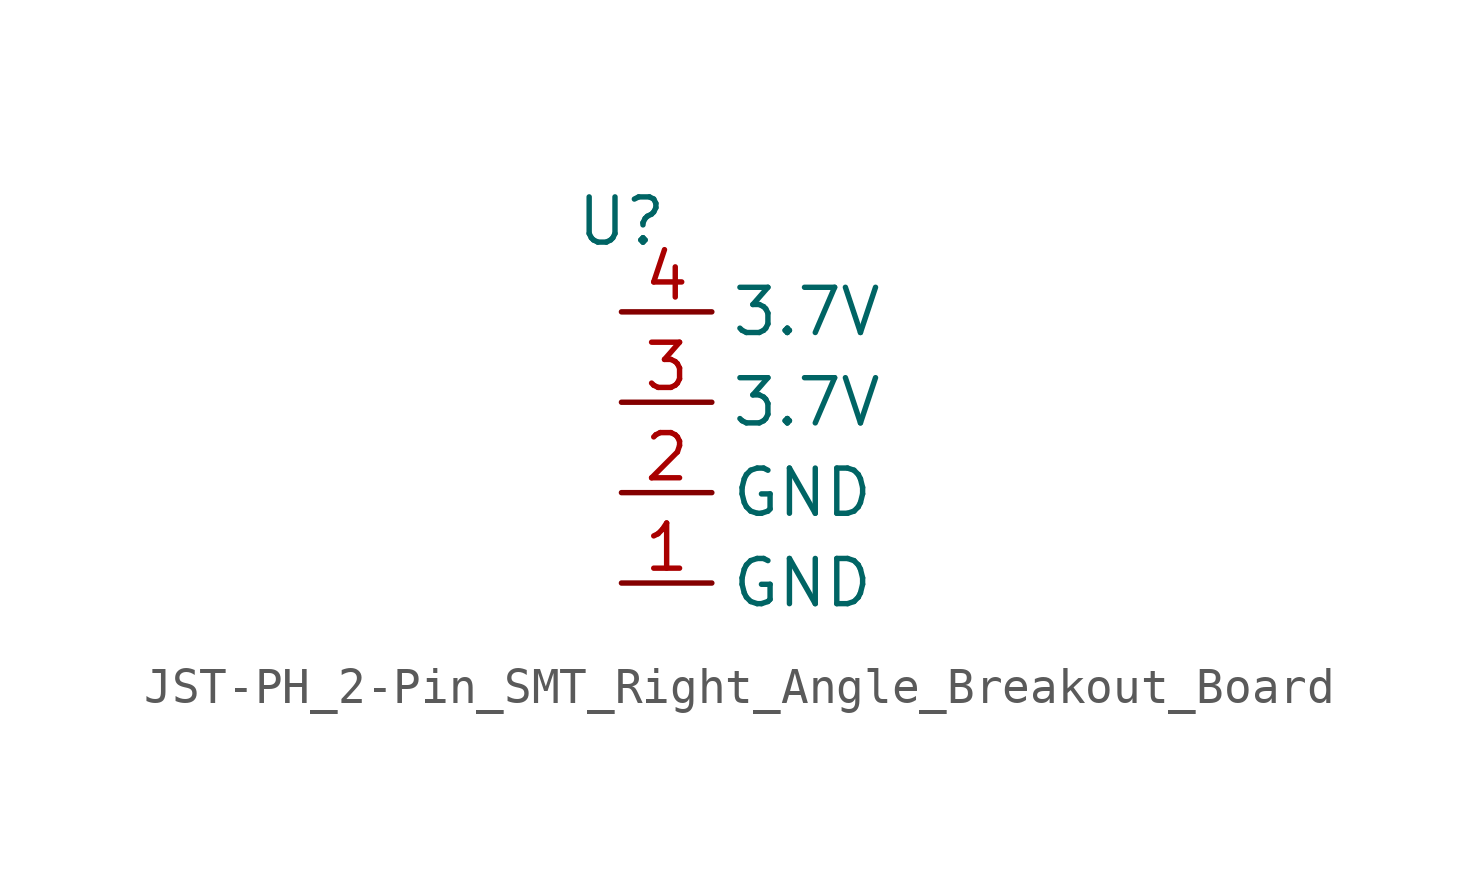
<source format=kicad_sym>
(kicad_symbol_lib
  (version 20241209)
  (generator "kicad_symbol_editor")
  (generator_version "9.0")
  (symbol "JST-PH_2-Pin_SMT_Right_Angle_Breakout_Board"
    (property "Reference" "U"
      (at 0 0 0)
      (effects (font (size 1.27 1.27))))
    (property "Value" ""
      (at 0 0 0)
      (effects (font (size 1.27 1.27))))
    (symbol "JST-PH_2-Pin_SMT_Right_Angle_Breakout_Board_1_1"
      (pin power_out line (at 0 -2.54 0) (length 2.54) (name "3.7V" (effects (font (size 1.27 1.27)))) (number "4" (effects (font (size 1.27 1.27)))))
      (pin power_out line (at 0 -5.08 0) (length 2.54) (name "3.7V" (effects (font (size 1.27 1.27)))) (number "3" (effects (font (size 1.27 1.27)))))
      (pin power_out line (at 0 -7.62 0) (length 2.54) (name "GND" (effects (font (size 1.27 1.27)))) (number "2" (effects (font (size 1.27 1.27)))))
      (pin power_out line (at 0 -10.16 0) (length 2.54) (name "GND" (effects (font (size 1.27 1.27)))) (number "1" (effects (font (size 1.27 1.27))))))))
</source>
